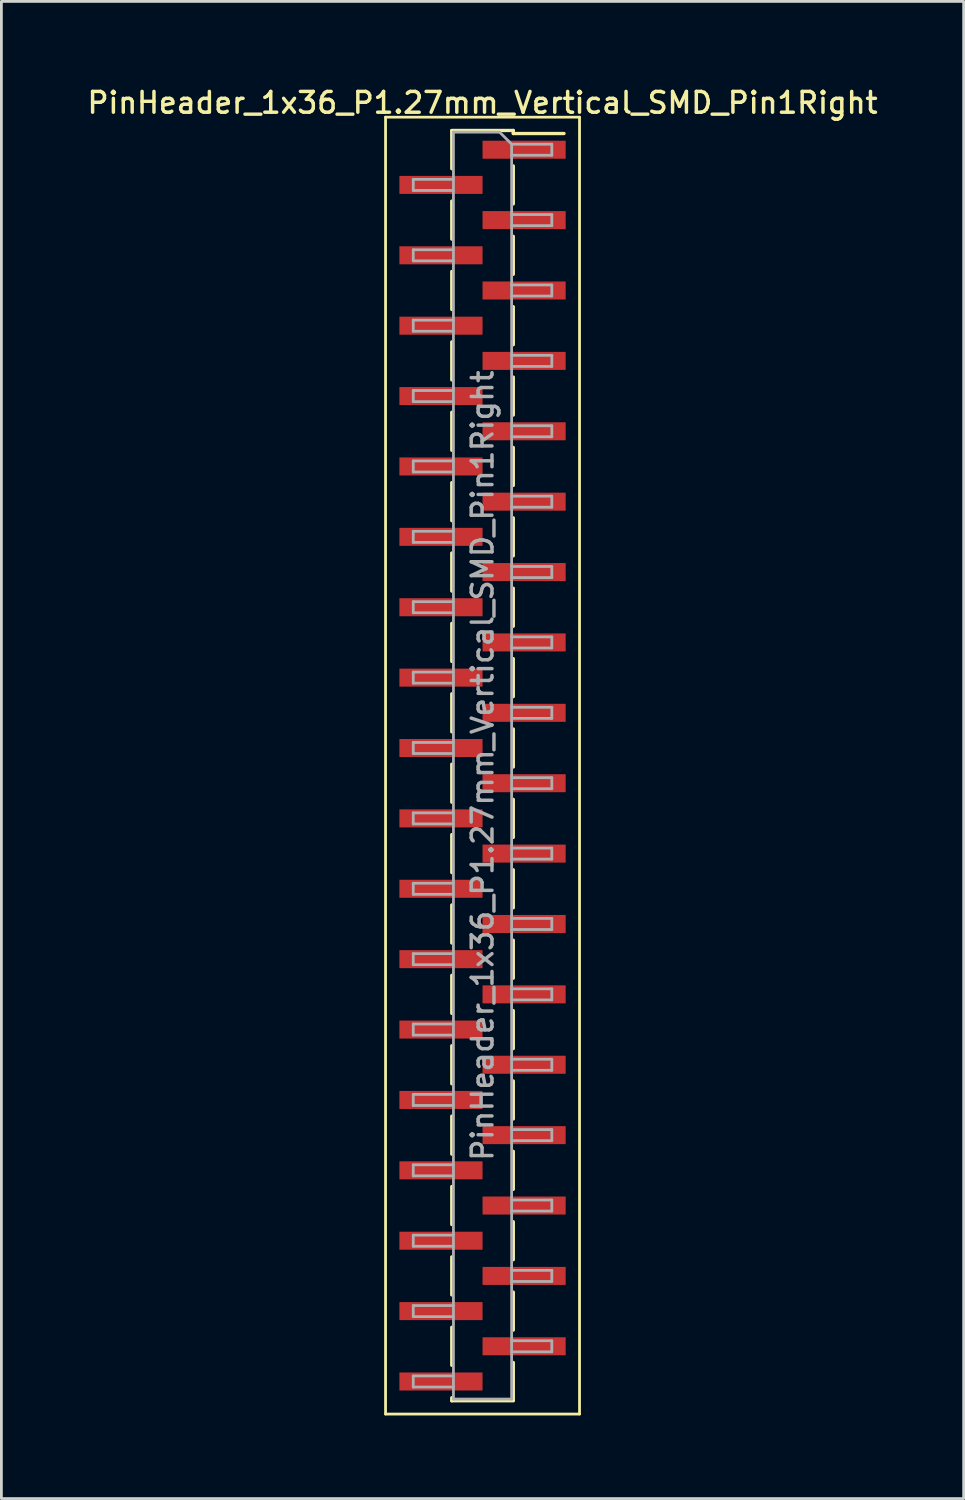
<source format=kicad_pcb>
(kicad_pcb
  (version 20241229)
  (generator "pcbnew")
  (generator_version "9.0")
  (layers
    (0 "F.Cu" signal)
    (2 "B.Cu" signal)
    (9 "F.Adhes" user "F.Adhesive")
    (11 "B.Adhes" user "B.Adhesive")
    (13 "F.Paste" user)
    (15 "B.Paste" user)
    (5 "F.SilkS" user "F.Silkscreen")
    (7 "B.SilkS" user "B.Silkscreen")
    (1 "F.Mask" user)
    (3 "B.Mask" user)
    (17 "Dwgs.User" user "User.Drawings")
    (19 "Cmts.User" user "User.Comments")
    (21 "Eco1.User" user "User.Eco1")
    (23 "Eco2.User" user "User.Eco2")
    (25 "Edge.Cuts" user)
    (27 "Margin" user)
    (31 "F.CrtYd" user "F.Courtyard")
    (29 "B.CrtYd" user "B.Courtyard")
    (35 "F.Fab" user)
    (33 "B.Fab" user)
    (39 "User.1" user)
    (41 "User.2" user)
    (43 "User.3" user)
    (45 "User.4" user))
  (footprint "PinHeader_1x36_P1.27mm_Vertical_SMD_Pin1Right"
    (layer "F.Cu")
    (at 14.363 24.578)
    (property "Reference" "PinHeader_1x36_P1.27mm_Vertical_SMD_Pin1Right" (at 0 -23.92 0) (layer "F.SilkS") (effects (font (size 0.75 0.75) (thickness 0.125))))
    (attr smd)
    (fp_line (start -3.5 -23.4) (end -3.5 23.4) (stroke (width 0.1) (type solid)) (layer "F.SilkS"))
    (fp_line (start -3.5 23.4) (end 3.5 23.4) (stroke (width 0.1) (type solid)) (layer "F.SilkS"))
    (fp_line (start -1.11 -22.92) (end 1.11 -22.92) (stroke (width 0.12) (type solid)) (layer "F.SilkS"))
    (fp_line (start -1.11 -22.91) (end -1.11 -21.54) (stroke (width 0.12) (type solid)) (layer "F.SilkS"))
    (fp_line (start -1.11 -20.37) (end -1.11 -19) (stroke (width 0.12) (type solid)) (layer "F.SilkS"))
    (fp_line (start -1.11 -17.83) (end -1.11 -16.46) (stroke (width 0.12) (type solid)) (layer "F.SilkS"))
    (fp_line (start -1.11 -15.29) (end -1.11 -13.92) (stroke (width 0.12) (type solid)) (layer "F.SilkS"))
    (fp_line (start -1.11 -12.75) (end -1.11 -11.38) (stroke (width 0.12) (type solid)) (layer "F.SilkS"))
    (fp_line (start -1.11 -10.21) (end -1.11 -8.84) (stroke (width 0.12) (type solid)) (layer "F.SilkS"))
    (fp_line (start -1.11 -7.67) (end -1.11 -6.3) (stroke (width 0.12) (type solid)) (layer "F.SilkS"))
    (fp_line (start -1.11 -5.13) (end -1.11 -3.76) (stroke (width 0.12) (type solid)) (layer "F.SilkS"))
    (fp_line (start -1.11 -2.59) (end -1.11 -1.22) (stroke (width 0.12) (type solid)) (layer "F.SilkS"))
    (fp_line (start -1.11 -0.05) (end -1.11 1.32) (stroke (width 0.12) (type solid)) (layer "F.SilkS"))
    (fp_line (start -1.11 2.49) (end -1.11 3.86) (stroke (width 0.12) (type solid)) (layer "F.SilkS"))
    (fp_line (start -1.11 5.03) (end -1.11 6.4) (stroke (width 0.12) (type solid)) (layer "F.SilkS"))
    (fp_line (start -1.11 7.57) (end -1.11 8.94) (stroke (width 0.12) (type solid)) (layer "F.SilkS"))
    (fp_line (start -1.11 10.11) (end -1.11 11.48) (stroke (width 0.12) (type solid)) (layer "F.SilkS"))
    (fp_line (start -1.11 12.65) (end -1.11 14.02) (stroke (width 0.12) (type solid)) (layer "F.SilkS"))
    (fp_line (start -1.11 15.19) (end -1.11 16.56) (stroke (width 0.12) (type solid)) (layer "F.SilkS"))
    (fp_line (start -1.11 17.73) (end -1.11 19.1) (stroke (width 0.12) (type solid)) (layer "F.SilkS"))
    (fp_line (start -1.11 20.27) (end -1.11 21.64) (stroke (width 0.12) (type solid)) (layer "F.SilkS"))
    (fp_line (start -1.11 22.81) (end -1.11 22.92) (stroke (width 0.12) (type solid)) (layer "F.SilkS"))
    (fp_line (start -1.11 22.92) (end 1.11 22.92) (stroke (width 0.12) (type solid)) (layer "F.SilkS"))
    (fp_line (start 1.11 -22.92) (end 1.11 -22.81) (stroke (width 0.12) (type solid)) (layer "F.SilkS"))
    (fp_line (start 1.11 -22.81) (end 2.94 -22.81) (stroke (width 0.12) (type solid)) (layer "F.SilkS"))
    (fp_line (start 1.11 -21.64) (end 1.11 -20.27) (stroke (width 0.12) (type solid)) (layer "F.SilkS"))
    (fp_line (start 1.11 -19.1) (end 1.11 -17.73) (stroke (width 0.12) (type solid)) (layer "F.SilkS"))
    (fp_line (start 1.11 -16.56) (end 1.11 -15.19) (stroke (width 0.12) (type solid)) (layer "F.SilkS"))
    (fp_line (start 1.11 -14.02) (end 1.11 -12.65) (stroke (width 0.12) (type solid)) (layer "F.SilkS"))
    (fp_line (start 1.11 -11.48) (end 1.11 -10.11) (stroke (width 0.12) (type solid)) (layer "F.SilkS"))
    (fp_line (start 1.11 -8.94) (end 1.11 -7.57) (stroke (width 0.12) (type solid)) (layer "F.SilkS"))
    (fp_line (start 1.11 -6.4) (end 1.11 -5.03) (stroke (width 0.12) (type solid)) (layer "F.SilkS"))
    (fp_line (start 1.11 -3.86) (end 1.11 -2.49) (stroke (width 0.12) (type solid)) (layer "F.SilkS"))
    (fp_line (start 1.11 -1.32) (end 1.11 0.05) (stroke (width 0.12) (type solid)) (layer "F.SilkS"))
    (fp_line (start 1.11 1.22) (end 1.11 2.59) (stroke (width 0.12) (type solid)) (layer "F.SilkS"))
    (fp_line (start 1.11 3.76) (end 1.11 5.13) (stroke (width 0.12) (type solid)) (layer "F.SilkS"))
    (fp_line (start 1.11 6.3) (end 1.11 7.67) (stroke (width 0.12) (type solid)) (layer "F.SilkS"))
    (fp_line (start 1.11 8.84) (end 1.11 10.21) (stroke (width 0.12) (type solid)) (layer "F.SilkS"))
    (fp_line (start 1.11 11.38) (end 1.11 12.75) (stroke (width 0.12) (type solid)) (layer "F.SilkS"))
    (fp_line (start 1.11 13.92) (end 1.11 15.29) (stroke (width 0.12) (type solid)) (layer "F.SilkS"))
    (fp_line (start 1.11 16.46) (end 1.11 17.83) (stroke (width 0.12) (type solid)) (layer "F.SilkS"))
    (fp_line (start 1.11 19) (end 1.11 20.37) (stroke (width 0.12) (type solid)) (layer "F.SilkS"))
    (fp_line (start 1.11 21.54) (end 1.11 22.91) (stroke (width 0.12) (type solid)) (layer "F.SilkS"))
    (fp_line (start 3.5 -23.4) (end -3.5 -23.4) (stroke (width 0.1) (type solid)) (layer "F.SilkS"))
    (fp_line (start 3.5 23.4) (end 3.5 -23.4) (stroke (width 0.1) (type solid)) (layer "F.SilkS"))
    (fp_line (start -2.5 -21.155) (end -2.5 -20.755) (stroke (width 0.1) (type solid)) (layer "F.Fab"))
    (fp_line (start -2.5 -20.755) (end -1.05 -20.755) (stroke (width 0.1) (type solid)) (layer "F.Fab"))
    (fp_line (start -2.5 -18.615) (end -2.5 -18.215) (stroke (width 0.1) (type solid)) (layer "F.Fab"))
    (fp_line (start -2.5 -18.215) (end -1.05 -18.215) (stroke (width 0.1) (type solid)) (layer "F.Fab"))
    (fp_line (start -2.5 -16.075) (end -2.5 -15.675) (stroke (width 0.1) (type solid)) (layer "F.Fab"))
    (fp_line (start -2.5 -15.675) (end -1.05 -15.675) (stroke (width 0.1) (type solid)) (layer "F.Fab"))
    (fp_line (start -2.5 -13.535) (end -2.5 -13.135) (stroke (width 0.1) (type solid)) (layer "F.Fab"))
    (fp_line (start -2.5 -13.135) (end -1.05 -13.135) (stroke (width 0.1) (type solid)) (layer "F.Fab"))
    (fp_line (start -2.5 -10.995) (end -2.5 -10.595) (stroke (width 0.1) (type solid)) (layer "F.Fab"))
    (fp_line (start -2.5 -10.595) (end -1.05 -10.595) (stroke (width 0.1) (type solid)) (layer "F.Fab"))
    (fp_line (start -2.5 -8.455) (end -2.5 -8.055) (stroke (width 0.1) (type solid)) (layer "F.Fab"))
    (fp_line (start -2.5 -8.055) (end -1.05 -8.055) (stroke (width 0.1) (type solid)) (layer "F.Fab"))
    (fp_line (start -2.5 -5.915) (end -2.5 -5.515) (stroke (width 0.1) (type solid)) (layer "F.Fab"))
    (fp_line (start -2.5 -5.515) (end -1.05 -5.515) (stroke (width 0.1) (type solid)) (layer "F.Fab"))
    (fp_line (start -2.5 -3.375) (end -2.5 -2.975) (stroke (width 0.1) (type solid)) (layer "F.Fab"))
    (fp_line (start -2.5 -2.975) (end -1.05 -2.975) (stroke (width 0.1) (type solid)) (layer "F.Fab"))
    (fp_line (start -2.5 -0.835) (end -2.5 -0.435) (stroke (width 0.1) (type solid)) (layer "F.Fab"))
    (fp_line (start -2.5 -0.435) (end -1.05 -0.435) (stroke (width 0.1) (type solid)) (layer "F.Fab"))
    (fp_line (start -2.5 1.705) (end -2.5 2.105) (stroke (width 0.1) (type solid)) (layer "F.Fab"))
    (fp_line (start -2.5 2.105) (end -1.05 2.105) (stroke (width 0.1) (type solid)) (layer "F.Fab"))
    (fp_line (start -2.5 4.245) (end -2.5 4.645) (stroke (width 0.1) (type solid)) (layer "F.Fab"))
    (fp_line (start -2.5 4.645) (end -1.05 4.645) (stroke (width 0.1) (type solid)) (layer "F.Fab"))
    (fp_line (start -2.5 6.785) (end -2.5 7.185) (stroke (width 0.1) (type solid)) (layer "F.Fab"))
    (fp_line (start -2.5 7.185) (end -1.05 7.185) (stroke (width 0.1) (type solid)) (layer "F.Fab"))
    (fp_line (start -2.5 9.325) (end -2.5 9.725) (stroke (width 0.1) (type solid)) (layer "F.Fab"))
    (fp_line (start -2.5 9.725) (end -1.05 9.725) (stroke (width 0.1) (type solid)) (layer "F.Fab"))
    (fp_line (start -2.5 11.865) (end -2.5 12.265) (stroke (width 0.1) (type solid)) (layer "F.Fab"))
    (fp_line (start -2.5 12.265) (end -1.05 12.265) (stroke (width 0.1) (type solid)) (layer "F.Fab"))
    (fp_line (start -2.5 14.405) (end -2.5 14.805) (stroke (width 0.1) (type solid)) (layer "F.Fab"))
    (fp_line (start -2.5 14.805) (end -1.05 14.805) (stroke (width 0.1) (type solid)) (layer "F.Fab"))
    (fp_line (start -2.5 16.945) (end -2.5 17.345) (stroke (width 0.1) (type solid)) (layer "F.Fab"))
    (fp_line (start -2.5 17.345) (end -1.05 17.345) (stroke (width 0.1) (type solid)) (layer "F.Fab"))
    (fp_line (start -2.5 19.485) (end -2.5 19.885) (stroke (width 0.1) (type solid)) (layer "F.Fab"))
    (fp_line (start -2.5 19.885) (end -1.05 19.885) (stroke (width 0.1) (type solid)) (layer "F.Fab"))
    (fp_line (start -2.5 22.025) (end -2.5 22.425) (stroke (width 0.1) (type solid)) (layer "F.Fab"))
    (fp_line (start -2.5 22.425) (end -1.05 22.425) (stroke (width 0.1) (type solid)) (layer "F.Fab"))
    (fp_line (start -1.05 -22.86) (end -1.05 22.86) (stroke (width 0.1) (type solid)) (layer "F.Fab"))
    (fp_line (start -1.05 -22.86) (end 0.615 -22.86) (stroke (width 0.1) (type solid)) (layer "F.Fab"))
    (fp_line (start -1.05 -21.155) (end -2.5 -21.155) (stroke (width 0.1) (type solid)) (layer "F.Fab"))
    (fp_line (start -1.05 -18.615) (end -2.5 -18.615) (stroke (width 0.1) (type solid)) (layer "F.Fab"))
    (fp_line (start -1.05 -16.075) (end -2.5 -16.075) (stroke (width 0.1) (type solid)) (layer "F.Fab"))
    (fp_line (start -1.05 -13.535) (end -2.5 -13.535) (stroke (width 0.1) (type solid)) (layer "F.Fab"))
    (fp_line (start -1.05 -10.995) (end -2.5 -10.995) (stroke (width 0.1) (type solid)) (layer "F.Fab"))
    (fp_line (start -1.05 -8.455) (end -2.5 -8.455) (stroke (width 0.1) (type solid)) (layer "F.Fab"))
    (fp_line (start -1.05 -5.915) (end -2.5 -5.915) (stroke (width 0.1) (type solid)) (layer "F.Fab"))
    (fp_line (start -1.05 -3.375) (end -2.5 -3.375) (stroke (width 0.1) (type solid)) (layer "F.Fab"))
    (fp_line (start -1.05 -0.835) (end -2.5 -0.835) (stroke (width 0.1) (type solid)) (layer "F.Fab"))
    (fp_line (start -1.05 1.705) (end -2.5 1.705) (stroke (width 0.1) (type solid)) (layer "F.Fab"))
    (fp_line (start -1.05 4.245) (end -2.5 4.245) (stroke (width 0.1) (type solid)) (layer "F.Fab"))
    (fp_line (start -1.05 6.785) (end -2.5 6.785) (stroke (width 0.1) (type solid)) (layer "F.Fab"))
    (fp_line (start -1.05 9.325) (end -2.5 9.325) (stroke (width 0.1) (type solid)) (layer "F.Fab"))
    (fp_line (start -1.05 11.865) (end -2.5 11.865) (stroke (width 0.1) (type solid)) (layer "F.Fab"))
    (fp_line (start -1.05 14.405) (end -2.5 14.405) (stroke (width 0.1) (type solid)) (layer "F.Fab"))
    (fp_line (start -1.05 16.945) (end -2.5 16.945) (stroke (width 0.1) (type solid)) (layer "F.Fab"))
    (fp_line (start -1.05 19.485) (end -2.5 19.485) (stroke (width 0.1) (type solid)) (layer "F.Fab"))
    (fp_line (start -1.05 22.025) (end -2.5 22.025) (stroke (width 0.1) (type solid)) (layer "F.Fab"))
    (fp_line (start 1.05 -22.425) (end 0.615 -22.86) (stroke (width 0.1) (type solid)) (layer "F.Fab"))
    (fp_line (start 1.05 -22.425) (end 2.5 -22.425) (stroke (width 0.1) (type solid)) (layer "F.Fab"))
    (fp_line (start 1.05 -19.885) (end 2.5 -19.885) (stroke (width 0.1) (type solid)) (layer "F.Fab"))
    (fp_line (start 1.05 -17.345) (end 2.5 -17.345) (stroke (width 0.1) (type solid)) (layer "F.Fab"))
    (fp_line (start 1.05 -14.805) (end 2.5 -14.805) (stroke (width 0.1) (type solid)) (layer "F.Fab"))
    (fp_line (start 1.05 -12.265) (end 2.5 -12.265) (stroke (width 0.1) (type solid)) (layer "F.Fab"))
    (fp_line (start 1.05 -9.725) (end 2.5 -9.725) (stroke (width 0.1) (type solid)) (layer "F.Fab"))
    (fp_line (start 1.05 -7.185) (end 2.5 -7.185) (stroke (width 0.1) (type solid)) (layer "F.Fab"))
    (fp_line (start 1.05 -4.645) (end 2.5 -4.645) (stroke (width 0.1) (type solid)) (layer "F.Fab"))
    (fp_line (start 1.05 -2.105) (end 2.5 -2.105) (stroke (width 0.1) (type solid)) (layer "F.Fab"))
    (fp_line (start 1.05 0.435) (end 2.5 0.435) (stroke (width 0.1) (type solid)) (layer "F.Fab"))
    (fp_line (start 1.05 2.975) (end 2.5 2.975) (stroke (width 0.1) (type solid)) (layer "F.Fab"))
    (fp_line (start 1.05 5.515) (end 2.5 5.515) (stroke (width 0.1) (type solid)) (layer "F.Fab"))
    (fp_line (start 1.05 8.055) (end 2.5 8.055) (stroke (width 0.1) (type solid)) (layer "F.Fab"))
    (fp_line (start 1.05 10.595) (end 2.5 10.595) (stroke (width 0.1) (type solid)) (layer "F.Fab"))
    (fp_line (start 1.05 13.135) (end 2.5 13.135) (stroke (width 0.1) (type solid)) (layer "F.Fab"))
    (fp_line (start 1.05 15.675) (end 2.5 15.675) (stroke (width 0.1) (type solid)) (layer "F.Fab"))
    (fp_line (start 1.05 18.215) (end 2.5 18.215) (stroke (width 0.1) (type solid)) (layer "F.Fab"))
    (fp_line (start 1.05 20.755) (end 2.5 20.755) (stroke (width 0.1) (type solid)) (layer "F.Fab"))
    (fp_line (start 1.05 22.86) (end -1.05 22.86) (stroke (width 0.1) (type solid)) (layer "F.Fab"))
    (fp_line (start 1.05 22.86) (end 1.05 -22.425) (stroke (width 0.1) (type solid)) (layer "F.Fab"))
    (fp_line (start 2.5 -22.425) (end 2.5 -22.025) (stroke (width 0.1) (type solid)) (layer "F.Fab"))
    (fp_line (start 2.5 -22.025) (end 1.05 -22.025) (stroke (width 0.1) (type solid)) (layer "F.Fab"))
    (fp_line (start 2.5 -19.885) (end 2.5 -19.485) (stroke (width 0.1) (type solid)) (layer "F.Fab"))
    (fp_line (start 2.5 -19.485) (end 1.05 -19.485) (stroke (width 0.1) (type solid)) (layer "F.Fab"))
    (fp_line (start 2.5 -17.345) (end 2.5 -16.945) (stroke (width 0.1) (type solid)) (layer "F.Fab"))
    (fp_line (start 2.5 -16.945) (end 1.05 -16.945) (stroke (width 0.1) (type solid)) (layer "F.Fab"))
    (fp_line (start 2.5 -14.805) (end 2.5 -14.405) (stroke (width 0.1) (type solid)) (layer "F.Fab"))
    (fp_line (start 2.5 -14.405) (end 1.05 -14.405) (stroke (width 0.1) (type solid)) (layer "F.Fab"))
    (fp_line (start 2.5 -12.265) (end 2.5 -11.865) (stroke (width 0.1) (type solid)) (layer "F.Fab"))
    (fp_line (start 2.5 -11.865) (end 1.05 -11.865) (stroke (width 0.1) (type solid)) (layer "F.Fab"))
    (fp_line (start 2.5 -9.725) (end 2.5 -9.325) (stroke (width 0.1) (type solid)) (layer "F.Fab"))
    (fp_line (start 2.5 -9.325) (end 1.05 -9.325) (stroke (width 0.1) (type solid)) (layer "F.Fab"))
    (fp_line (start 2.5 -7.185) (end 2.5 -6.785) (stroke (width 0.1) (type solid)) (layer "F.Fab"))
    (fp_line (start 2.5 -6.785) (end 1.05 -6.785) (stroke (width 0.1) (type solid)) (layer "F.Fab"))
    (fp_line (start 2.5 -4.645) (end 2.5 -4.245) (stroke (width 0.1) (type solid)) (layer "F.Fab"))
    (fp_line (start 2.5 -4.245) (end 1.05 -4.245) (stroke (width 0.1) (type solid)) (layer "F.Fab"))
    (fp_line (start 2.5 -2.105) (end 2.5 -1.705) (stroke (width 0.1) (type solid)) (layer "F.Fab"))
    (fp_line (start 2.5 -1.705) (end 1.05 -1.705) (stroke (width 0.1) (type solid)) (layer "F.Fab"))
    (fp_line (start 2.5 0.435) (end 2.5 0.835) (stroke (width 0.1) (type solid)) (layer "F.Fab"))
    (fp_line (start 2.5 0.835) (end 1.05 0.835) (stroke (width 0.1) (type solid)) (layer "F.Fab"))
    (fp_line (start 2.5 2.975) (end 2.5 3.375) (stroke (width 0.1) (type solid)) (layer "F.Fab"))
    (fp_line (start 2.5 3.375) (end 1.05 3.375) (stroke (width 0.1) (type solid)) (layer "F.Fab"))
    (fp_line (start 2.5 5.515) (end 2.5 5.915) (stroke (width 0.1) (type solid)) (layer "F.Fab"))
    (fp_line (start 2.5 5.915) (end 1.05 5.915) (stroke (width 0.1) (type solid)) (layer "F.Fab"))
    (fp_line (start 2.5 8.055) (end 2.5 8.455) (stroke (width 0.1) (type solid)) (layer "F.Fab"))
    (fp_line (start 2.5 8.455) (end 1.05 8.455) (stroke (width 0.1) (type solid)) (layer "F.Fab"))
    (fp_line (start 2.5 10.595) (end 2.5 10.995) (stroke (width 0.1) (type solid)) (layer "F.Fab"))
    (fp_line (start 2.5 10.995) (end 1.05 10.995) (stroke (width 0.1) (type solid)) (layer "F.Fab"))
    (fp_line (start 2.5 13.135) (end 2.5 13.535) (stroke (width 0.1) (type solid)) (layer "F.Fab"))
    (fp_line (start 2.5 13.535) (end 1.05 13.535) (stroke (width 0.1) (type solid)) (layer "F.Fab"))
    (fp_line (start 2.5 15.675) (end 2.5 16.075) (stroke (width 0.1) (type solid)) (layer "F.Fab"))
    (fp_line (start 2.5 16.075) (end 1.05 16.075) (stroke (width 0.1) (type solid)) (layer "F.Fab"))
    (fp_line (start 2.5 18.215) (end 2.5 18.615) (stroke (width 0.1) (type solid)) (layer "F.Fab"))
    (fp_line (start 2.5 18.615) (end 1.05 18.615) (stroke (width 0.1) (type solid)) (layer "F.Fab"))
    (fp_line (start 2.5 20.755) (end 2.5 21.155) (stroke (width 0.1) (type solid)) (layer "F.Fab"))
    (fp_line (start 2.5 21.155) (end 1.05 21.155) (stroke (width 0.1) (type solid)) (layer "F.Fab"))
    (fp_text user "${REFERENCE}" (at 0 0 90) (layer "F.Fab") (effects (font (size 0.75 0.75) (thickness 0.125))))
    (pad "1" smd rect (at 1.5 -22.225) (size 3 0.65) (layers "F.Cu" "F.Mask" "F.Paste"))
    (pad "2" smd rect (at -1.5 -20.955) (size 3 0.65) (layers "F.Cu" "F.Mask" "F.Paste"))
    (pad "3" smd rect (at 1.5 -19.685) (size 3 0.65) (layers "F.Cu" "F.Mask" "F.Paste"))
    (pad "4" smd rect (at -1.5 -18.415) (size 3 0.65) (layers "F.Cu" "F.Mask" "F.Paste"))
    (pad "5" smd rect (at 1.5 -17.145) (size 3 0.65) (layers "F.Cu" "F.Mask" "F.Paste"))
    (pad "6" smd rect (at -1.5 -15.875) (size 3 0.65) (layers "F.Cu" "F.Mask" "F.Paste"))
    (pad "7" smd rect (at 1.5 -14.605) (size 3 0.65) (layers "F.Cu" "F.Mask" "F.Paste"))
    (pad "8" smd rect (at -1.5 -13.335) (size 3 0.65) (layers "F.Cu" "F.Mask" "F.Paste"))
    (pad "9" smd rect (at 1.5 -12.065) (size 3 0.65) (layers "F.Cu" "F.Mask" "F.Paste"))
    (pad "10" smd rect (at -1.5 -10.795) (size 3 0.65) (layers "F.Cu" "F.Mask" "F.Paste"))
    (pad "11" smd rect (at 1.5 -9.525) (size 3 0.65) (layers "F.Cu" "F.Mask" "F.Paste"))
    (pad "12" smd rect (at -1.5 -8.255) (size 3 0.65) (layers "F.Cu" "F.Mask" "F.Paste"))
    (pad "13" smd rect (at 1.5 -6.985) (size 3 0.65) (layers "F.Cu" "F.Mask" "F.Paste"))
    (pad "14" smd rect (at -1.5 -5.715) (size 3 0.65) (layers "F.Cu" "F.Mask" "F.Paste"))
    (pad "15" smd rect (at 1.5 -4.445) (size 3 0.65) (layers "F.Cu" "F.Mask" "F.Paste"))
    (pad "16" smd rect (at -1.5 -3.175) (size 3 0.65) (layers "F.Cu" "F.Mask" "F.Paste"))
    (pad "17" smd rect (at 1.5 -1.905) (size 3 0.65) (layers "F.Cu" "F.Mask" "F.Paste"))
    (pad "18" smd rect (at -1.5 -0.635) (size 3 0.65) (layers "F.Cu" "F.Mask" "F.Paste"))
    (pad "19" smd rect (at 1.5 0.635) (size 3 0.65) (layers "F.Cu" "F.Mask" "F.Paste"))
    (pad "20" smd rect (at -1.5 1.905) (size 3 0.65) (layers "F.Cu" "F.Mask" "F.Paste"))
    (pad "21" smd rect (at 1.5 3.175) (size 3 0.65) (layers "F.Cu" "F.Mask" "F.Paste"))
    (pad "22" smd rect (at -1.5 4.445) (size 3 0.65) (layers "F.Cu" "F.Mask" "F.Paste"))
    (pad "23" smd rect (at 1.5 5.715) (size 3 0.65) (layers "F.Cu" "F.Mask" "F.Paste"))
    (pad "24" smd rect (at -1.5 6.985) (size 3 0.65) (layers "F.Cu" "F.Mask" "F.Paste"))
    (pad "25" smd rect (at 1.5 8.255) (size 3 0.65) (layers "F.Cu" "F.Mask" "F.Paste"))
    (pad "26" smd rect (at -1.5 9.525) (size 3 0.65) (layers "F.Cu" "F.Mask" "F.Paste"))
    (pad "27" smd rect (at 1.5 10.795) (size 3 0.65) (layers "F.Cu" "F.Mask" "F.Paste"))
    (pad "28" smd rect (at -1.5 12.065) (size 3 0.65) (layers "F.Cu" "F.Mask" "F.Paste"))
    (pad "29" smd rect (at 1.5 13.335) (size 3 0.65) (layers "F.Cu" "F.Mask" "F.Paste"))
    (pad "30" smd rect (at -1.5 14.605) (size 3 0.65) (layers "F.Cu" "F.Mask" "F.Paste"))
    (pad "31" smd rect (at 1.5 15.875) (size 3 0.65) (layers "F.Cu" "F.Mask" "F.Paste"))
    (pad "32" smd rect (at -1.5 17.145) (size 3 0.65) (layers "F.Cu" "F.Mask" "F.Paste"))
    (pad "33" smd rect (at 1.5 18.415) (size 3 0.65) (layers "F.Cu" "F.Mask" "F.Paste"))
    (pad "34" smd rect (at -1.5 19.685) (size 3 0.65) (layers "F.Cu" "F.Mask" "F.Paste"))
    (pad "35" smd rect (at 1.5 20.955) (size 3 0.65) (layers "F.Cu" "F.Mask" "F.Paste"))
    (pad "36" smd rect (at -1.5 22.225) (size 3 0.65) (layers "F.Cu" "F.Mask" "F.Paste")))
  (gr_rect
    (start -3 -3)
    (end 31.725 51.028)
    (stroke (width 0.1) (type default))
    (fill no)
    (layer "Edge.Cuts")))
</source>
